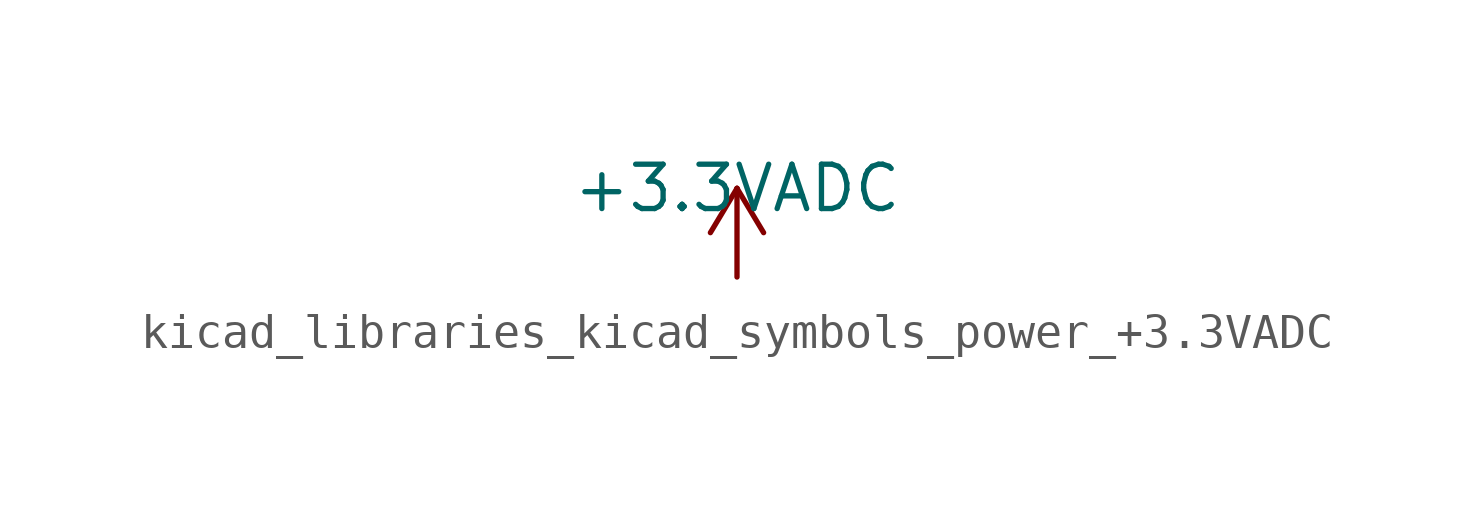
<source format=kicad_sym>
(kicad_symbol_lib
  (version 20220914)
  (generator kicad_symbol_editor)
  (symbol "kicad_libraries_kicad_symbols_power_+3.3VADC"
    (power)
    (pin_names
      (offset 0))
    (property "Reference" "#PWR"
      (at 3.81 -1.27 0)
      (effects (font (size 1.27 1.27)) hide))
    (property "Value" "+3.3VADC"
      (at 0 2.54 0)
      (effects (font (size 1.27 1.27))))
    (symbol "kicad_libraries_kicad_symbols_power_+3.3VADC_0_0"
      (pin power_in line (at 0 0 90) (length 0) hide (name "+3.3VADC" (effects (font (size 1.27 1.27)))) (number "1" (effects (font (size 1.27 1.27))))))
    (symbol "kicad_libraries_kicad_symbols_power_+3.3VADC_0_1"
      (polyline (pts (xy -0.762 1.27) (xy 0 2.54)) (stroke (width 0) (type default)) (fill (type none)))
      (polyline (pts (xy 0 0) (xy 0 2.54)) (stroke (width 0) (type default)) (fill (type none)))
      (polyline (pts (xy 0 2.54) (xy 0.762 1.27)) (stroke (width 0) (type default)) (fill (type none))))))
</source>
